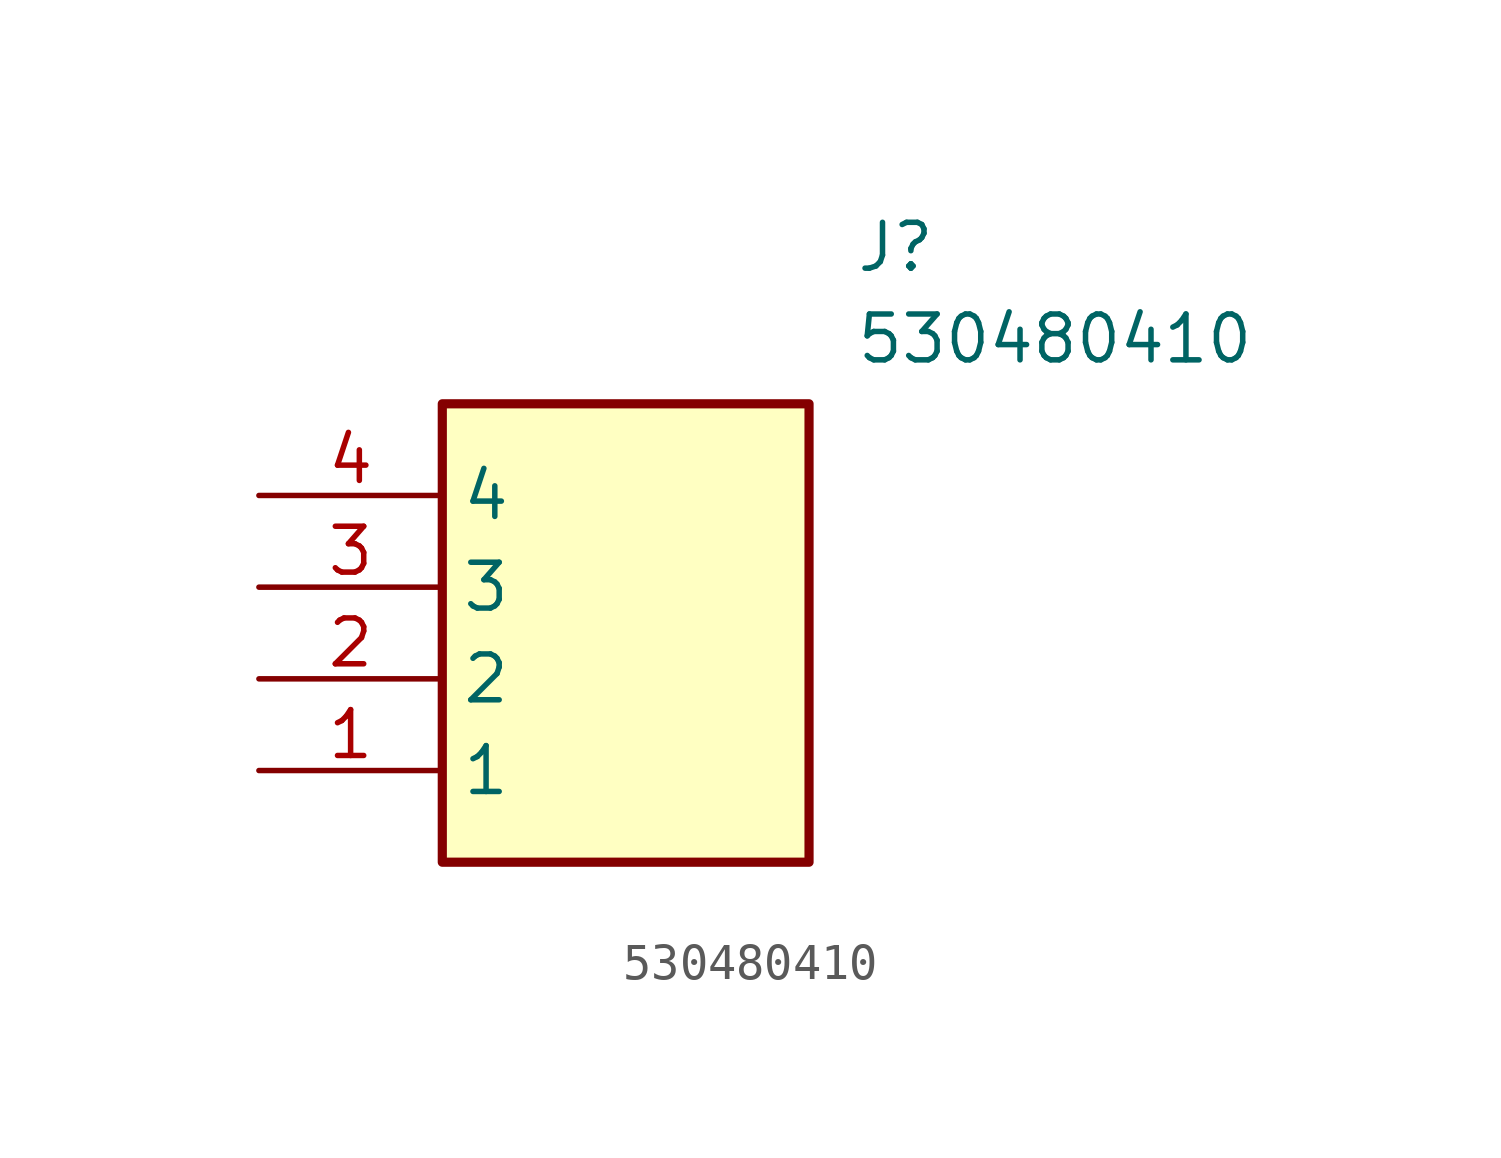
<source format=kicad_sym>
(kicad_symbol_lib
  (version 20220914)
  (generator kicad_symbol_editor)
  (symbol "530480410"
    (property "Reference" "J"
      (at 16.51 7.62 0)
      (effects (font (size 1.27 1.27)) (justify left top)))
    (property "Value" "530480410"
      (at 16.51 5.08 0)
      (effects (font (size 1.27 1.27)) (justify left top)))
    (symbol "530480410_1_1"
      (rectangle (start 5.08 2.54) (end 15.24 -10.16) (stroke (width 0.254) (type default)) (fill (type background)))
      (pin passive line (at 0 -7.62 0) (length 5.08) (name "1" (effects (font (size 1.27 1.27)))) (number "1" (effects (font (size 1.27 1.27)))))
      (pin passive line (at 0 -5.08 0) (length 5.08) (name "2" (effects (font (size 1.27 1.27)))) (number "2" (effects (font (size 1.27 1.27)))))
      (pin passive line (at 0 -2.54 0) (length 5.08) (name "3" (effects (font (size 1.27 1.27)))) (number "3" (effects (font (size 1.27 1.27)))))
      (pin passive line (at 0 0 0) (length 5.08) (name "4" (effects (font (size 1.27 1.27)))) (number "4" (effects (font (size 1.27 1.27))))))))
</source>
